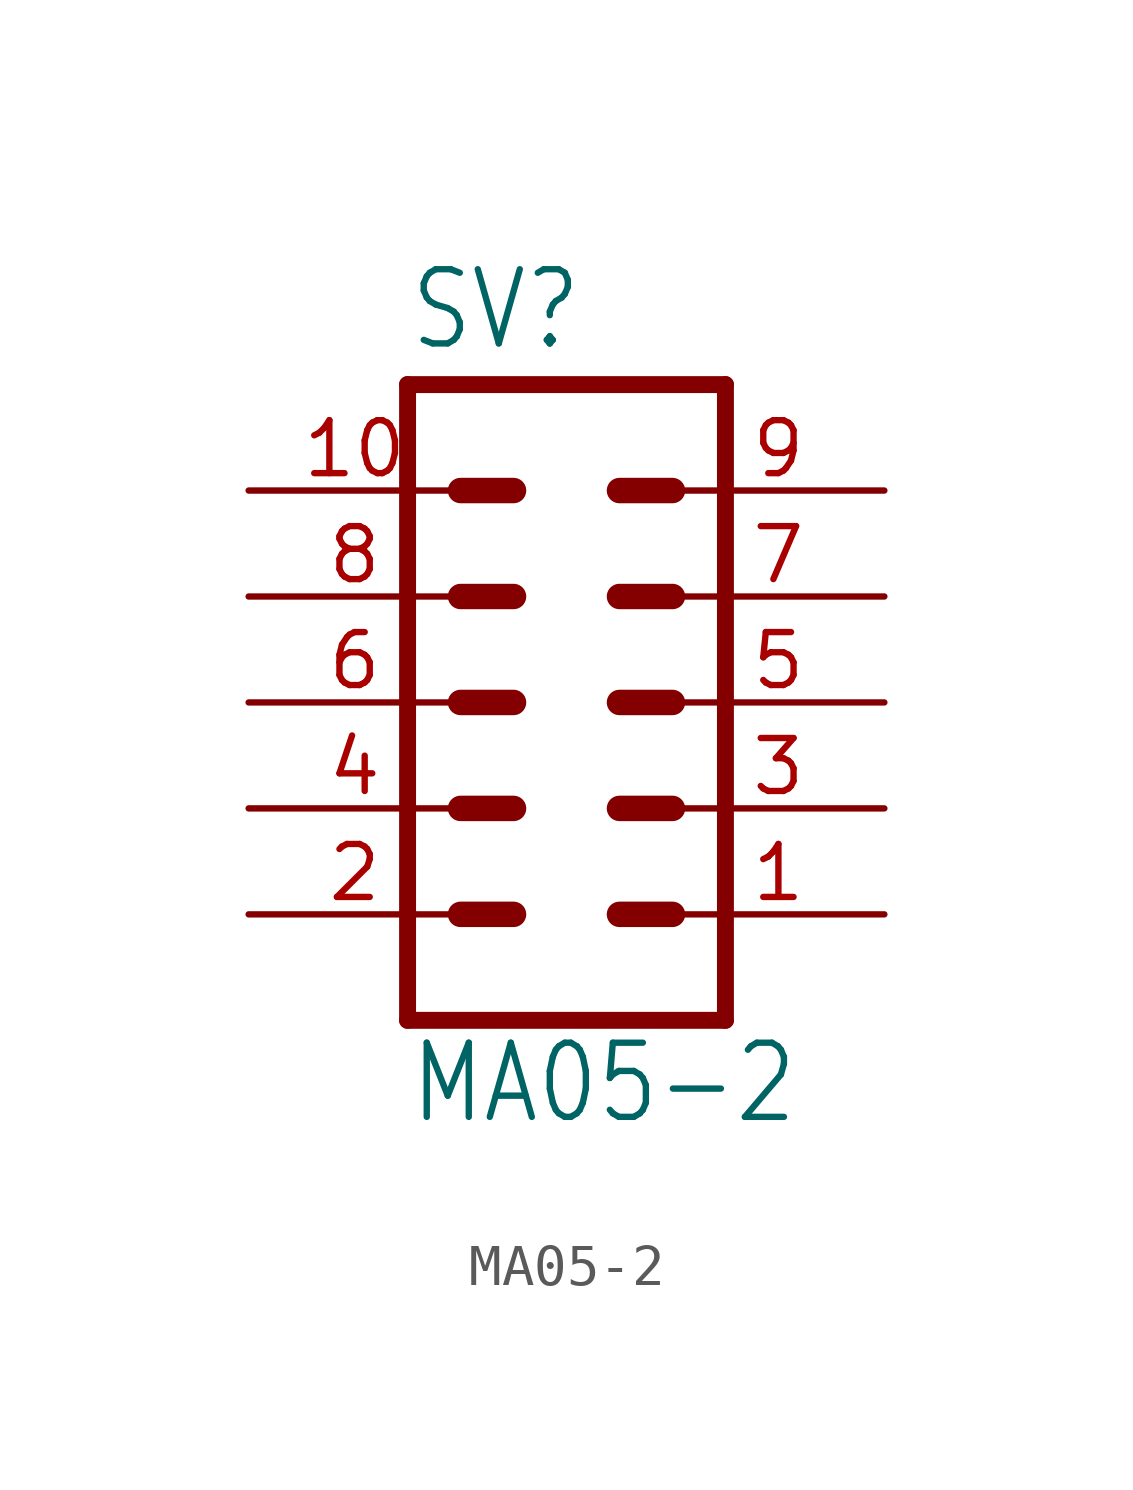
<source format=kicad_sym>
(kicad_symbol_lib
  (version 20211014)
  (generator kicad_symbol_editor)
  (symbol "MA05-2"
    (property "Reference" "SV"
      (at -3.81 8.382 0)
      (effects (font (size 1.778 1.511)) (justify left bottom)))
    (property "Value" "MA05-2"
      (at -3.81 -10.16 0)
      (effects (font (size 1.778 1.511)) (justify left bottom)))
    (property "ki_locked" ""
      (at 0 0 0)
      (effects (font (size 1.27 1.27))))
    (symbol "MA05-2_1_0"
      (polyline (pts (xy -3.81 7.62) (xy -3.81 -7.62)) (stroke (width 0.406) (type default) (color 0 0 0 0)) (fill (type none)))
      (polyline (pts (xy -3.81 7.62) (xy 3.81 7.62)) (stroke (width 0.406) (type default) (color 0 0 0 0)) (fill (type none)))
      (polyline (pts (xy -2.54 -5.08) (xy -1.27 -5.08)) (stroke (width 0.61) (type default) (color 0 0 0 0)) (fill (type none)))
      (polyline (pts (xy -2.54 -2.54) (xy -1.27 -2.54)) (stroke (width 0.61) (type default) (color 0 0 0 0)) (fill (type none)))
      (polyline (pts (xy -2.54 0) (xy -1.27 0)) (stroke (width 0.61) (type default) (color 0 0 0 0)) (fill (type none)))
      (polyline (pts (xy -2.54 2.54) (xy -1.27 2.54)) (stroke (width 0.61) (type default) (color 0 0 0 0)) (fill (type none)))
      (polyline (pts (xy -2.54 5.08) (xy -1.27 5.08)) (stroke (width 0.61) (type default) (color 0 0 0 0)) (fill (type none)))
      (polyline (pts (xy 1.27 -5.08) (xy 2.54 -5.08)) (stroke (width 0.61) (type default) (color 0 0 0 0)) (fill (type none)))
      (polyline (pts (xy 1.27 -2.54) (xy 2.54 -2.54)) (stroke (width 0.61) (type default) (color 0 0 0 0)) (fill (type none)))
      (polyline (pts (xy 1.27 0) (xy 2.54 0)) (stroke (width 0.61) (type default) (color 0 0 0 0)) (fill (type none)))
      (polyline (pts (xy 1.27 2.54) (xy 2.54 2.54)) (stroke (width 0.61) (type default) (color 0 0 0 0)) (fill (type none)))
      (polyline (pts (xy 1.27 5.08) (xy 2.54 5.08)) (stroke (width 0.61) (type default) (color 0 0 0 0)) (fill (type none)))
      (polyline (pts (xy 3.81 -7.62) (xy -3.81 -7.62)) (stroke (width 0.406) (type default) (color 0 0 0 0)) (fill (type none)))
      (polyline (pts (xy 3.81 -7.62) (xy 3.81 7.62)) (stroke (width 0.406) (type default) (color 0 0 0 0)) (fill (type none)))
      (pin passive line (at 7.62 -5.08 180) (length 5.08) (name "1" (effects (font (size 0 0)))) (number "1" (effects (font (size 1.27 1.27)))))
      (pin passive line (at -7.62 5.08 0) (length 5.08) (name "10" (effects (font (size 0 0)))) (number "10" (effects (font (size 1.27 1.27)))))
      (pin passive line (at -7.62 -5.08 0) (length 5.08) (name "2" (effects (font (size 0 0)))) (number "2" (effects (font (size 1.27 1.27)))))
      (pin passive line (at 7.62 -2.54 180) (length 5.08) (name "3" (effects (font (size 0 0)))) (number "3" (effects (font (size 1.27 1.27)))))
      (pin passive line (at -7.62 -2.54 0) (length 5.08) (name "4" (effects (font (size 0 0)))) (number "4" (effects (font (size 1.27 1.27)))))
      (pin passive line (at 7.62 0 180) (length 5.08) (name "5" (effects (font (size 0 0)))) (number "5" (effects (font (size 1.27 1.27)))))
      (pin passive line (at -7.62 0 0) (length 5.08) (name "6" (effects (font (size 0 0)))) (number "6" (effects (font (size 1.27 1.27)))))
      (pin passive line (at 7.62 2.54 180) (length 5.08) (name "7" (effects (font (size 0 0)))) (number "7" (effects (font (size 1.27 1.27)))))
      (pin passive line (at -7.62 2.54 0) (length 5.08) (name "8" (effects (font (size 0 0)))) (number "8" (effects (font (size 1.27 1.27)))))
      (pin passive line (at 7.62 5.08 180) (length 5.08) (name "9" (effects (font (size 0 0)))) (number "9" (effects (font (size 1.27 1.27))))))))
</source>
